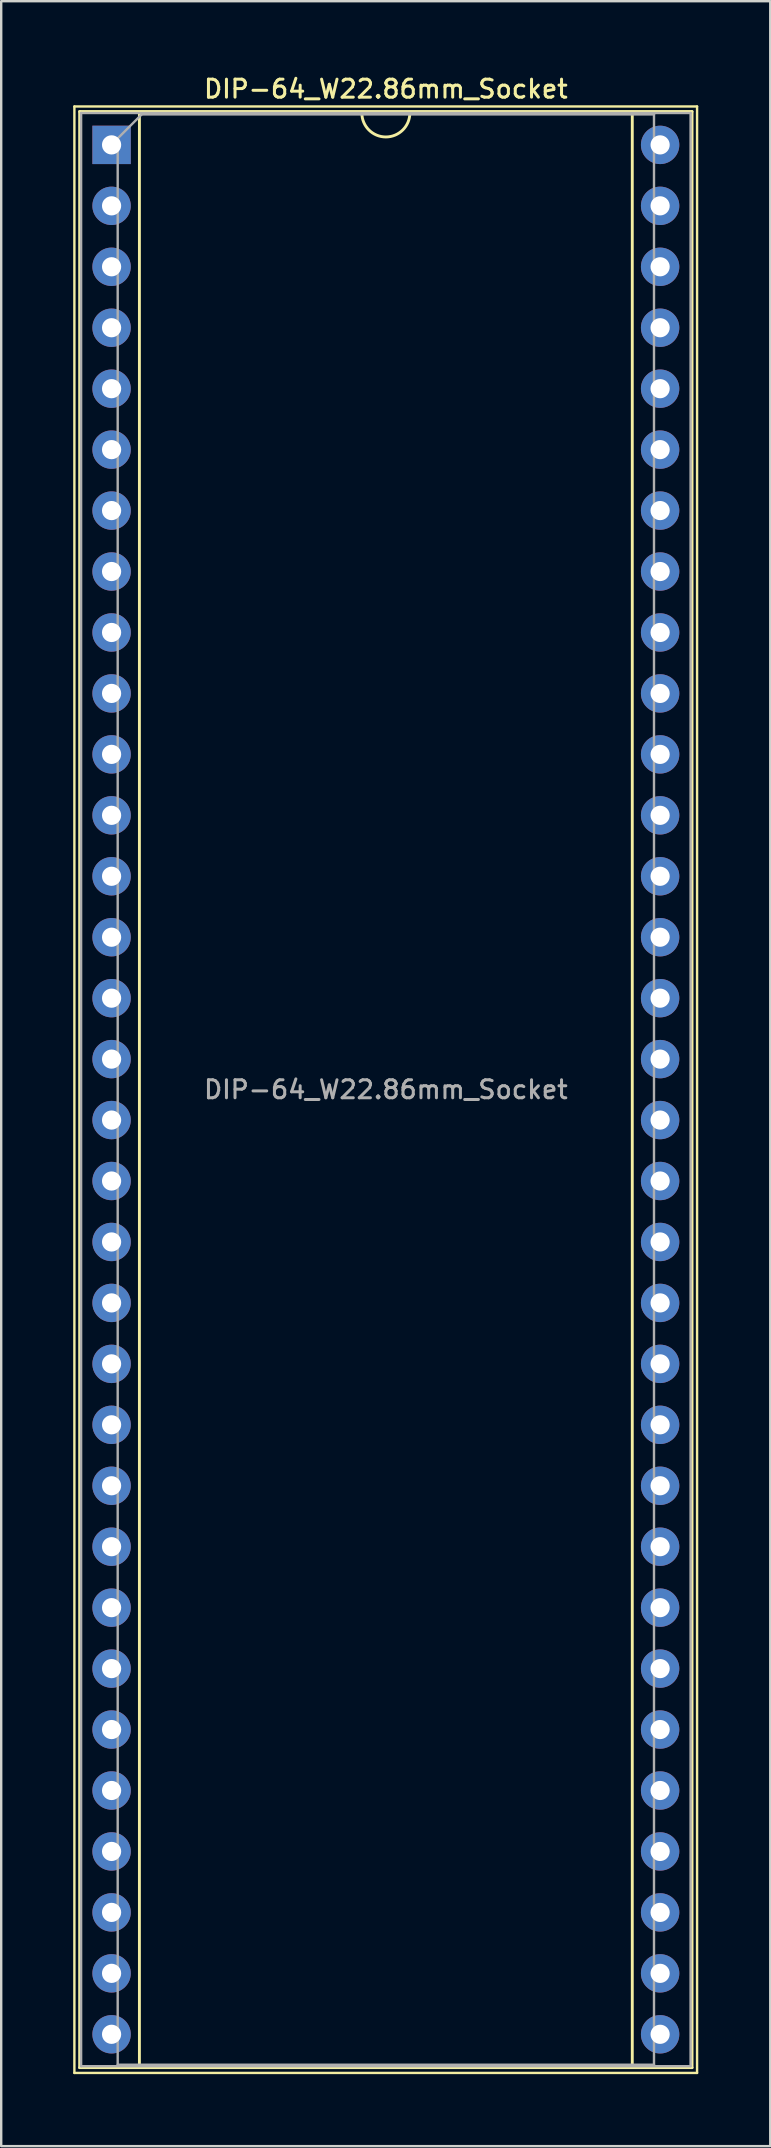
<source format=kicad_pcb>
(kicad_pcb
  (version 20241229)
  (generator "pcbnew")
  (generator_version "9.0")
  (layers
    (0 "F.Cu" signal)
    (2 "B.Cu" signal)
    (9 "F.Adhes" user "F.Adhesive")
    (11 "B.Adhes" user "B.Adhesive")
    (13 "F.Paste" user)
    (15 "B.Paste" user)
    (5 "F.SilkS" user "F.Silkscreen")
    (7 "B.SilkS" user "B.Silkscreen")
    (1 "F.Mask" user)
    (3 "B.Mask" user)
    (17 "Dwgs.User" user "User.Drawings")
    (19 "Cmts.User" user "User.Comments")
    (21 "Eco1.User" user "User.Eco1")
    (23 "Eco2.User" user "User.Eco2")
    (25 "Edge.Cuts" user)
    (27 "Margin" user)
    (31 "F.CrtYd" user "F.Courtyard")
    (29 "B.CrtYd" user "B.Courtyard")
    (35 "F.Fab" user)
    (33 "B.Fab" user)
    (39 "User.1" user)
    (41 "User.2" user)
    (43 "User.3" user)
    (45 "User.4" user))
  (footprint "DIP-64_W22.86mm_Socket"
    (layer "F.Cu")
    (at 1.6 2.988)
    (property "Reference" "DIP-64_W22.86mm_Socket" (at 11.43 -2.33 0) (layer "F.SilkS") (effects (font (size 0.75 0.75) (thickness 0.125))))
    (attr through_hole)
    (fp_line (start -1.55 -1.6) (end -1.55 80.35) (stroke (width 0.1) (type solid)) (layer "F.SilkS"))
    (fp_line (start -1.55 80.35) (end 24.4 80.35) (stroke (width 0.1) (type solid)) (layer "F.SilkS"))
    (fp_line (start -1.33 -1.39) (end -1.33 80.13) (stroke (width 0.12) (type solid)) (layer "F.SilkS"))
    (fp_line (start -1.33 80.13) (end 24.19 80.13) (stroke (width 0.12) (type solid)) (layer "F.SilkS"))
    (fp_line (start 1.16 -1.33) (end 1.16 80.07) (stroke (width 0.12) (type solid)) (layer "F.SilkS"))
    (fp_line (start 1.16 80.07) (end 21.7 80.07) (stroke (width 0.12) (type solid)) (layer "F.SilkS"))
    (fp_line (start 10.43 -1.33) (end 1.16 -1.33) (stroke (width 0.12) (type solid)) (layer "F.SilkS"))
    (fp_line (start 21.7 -1.33) (end 12.43 -1.33) (stroke (width 0.12) (type solid)) (layer "F.SilkS"))
    (fp_line (start 21.7 80.07) (end 21.7 -1.33) (stroke (width 0.12) (type solid)) (layer "F.SilkS"))
    (fp_line (start 24.19 -1.39) (end -1.33 -1.39) (stroke (width 0.12) (type solid)) (layer "F.SilkS"))
    (fp_line (start 24.19 80.13) (end 24.19 -1.39) (stroke (width 0.12) (type solid)) (layer "F.SilkS"))
    (fp_line (start 24.4 -1.6) (end -1.55 -1.6) (stroke (width 0.1) (type solid)) (layer "F.SilkS"))
    (fp_line (start 24.4 80.35) (end 24.4 -1.6) (stroke (width 0.1) (type solid)) (layer "F.SilkS"))
    (fp_arc (start 12.43 -1.33) (mid 11.43 -0.33) (end 10.43 -1.33) (stroke (width 0.12) (type solid)) (layer "F.SilkS"))
    (fp_line (start -1.27 -1.33) (end -1.27 80.07) (stroke (width 0.1) (type solid)) (layer "F.Fab"))
    (fp_line (start -1.27 80.07) (end 24.13 80.07) (stroke (width 0.1) (type solid)) (layer "F.Fab"))
    (fp_line (start 0.255 -0.27) (end 1.255 -1.27) (stroke (width 0.1) (type solid)) (layer "F.Fab"))
    (fp_line (start 0.255 80.01) (end 0.255 -0.27) (stroke (width 0.1) (type solid)) (layer "F.Fab"))
    (fp_line (start 1.255 -1.27) (end 22.605 -1.27) (stroke (width 0.1) (type solid)) (layer "F.Fab"))
    (fp_line (start 22.605 -1.27) (end 22.605 80.01) (stroke (width 0.1) (type solid)) (layer "F.Fab"))
    (fp_line (start 22.605 80.01) (end 0.255 80.01) (stroke (width 0.1) (type solid)) (layer "F.Fab"))
    (fp_line (start 24.13 -1.33) (end -1.27 -1.33) (stroke (width 0.1) (type solid)) (layer "F.Fab"))
    (fp_line (start 24.13 80.07) (end 24.13 -1.33) (stroke (width 0.1) (type solid)) (layer "F.Fab"))
    (fp_text user "${REFERENCE}" (at 11.43 39.37 0) (layer "F.Fab") (effects (font (size 0.75 0.75) (thickness 0.125))))
    (pad "1" thru_hole rect (at 0 0) (size 1.6 1.6) (drill 0.8) (layers "*.Cu" "*.Mask"))
    (pad "2" thru_hole oval (at 0 2.54) (size 1.6 1.6) (drill 0.8) (layers "*.Cu" "*.Mask"))
    (pad "3" thru_hole oval (at 0 5.08) (size 1.6 1.6) (drill 0.8) (layers "*.Cu" "*.Mask"))
    (pad "4" thru_hole oval (at 0 7.62) (size 1.6 1.6) (drill 0.8) (layers "*.Cu" "*.Mask"))
    (pad "5" thru_hole oval (at 0 10.16) (size 1.6 1.6) (drill 0.8) (layers "*.Cu" "*.Mask"))
    (pad "6" thru_hole oval (at 0 12.7) (size 1.6 1.6) (drill 0.8) (layers "*.Cu" "*.Mask"))
    (pad "7" thru_hole oval (at 0 15.24) (size 1.6 1.6) (drill 0.8) (layers "*.Cu" "*.Mask"))
    (pad "8" thru_hole oval (at 0 17.78) (size 1.6 1.6) (drill 0.8) (layers "*.Cu" "*.Mask"))
    (pad "9" thru_hole oval (at 0 20.32) (size 1.6 1.6) (drill 0.8) (layers "*.Cu" "*.Mask"))
    (pad "10" thru_hole oval (at 0 22.86) (size 1.6 1.6) (drill 0.8) (layers "*.Cu" "*.Mask"))
    (pad "11" thru_hole oval (at 0 25.4) (size 1.6 1.6) (drill 0.8) (layers "*.Cu" "*.Mask"))
    (pad "12" thru_hole oval (at 0 27.94) (size 1.6 1.6) (drill 0.8) (layers "*.Cu" "*.Mask"))
    (pad "13" thru_hole oval (at 0 30.48) (size 1.6 1.6) (drill 0.8) (layers "*.Cu" "*.Mask"))
    (pad "14" thru_hole oval (at 0 33.02) (size 1.6 1.6) (drill 0.8) (layers "*.Cu" "*.Mask"))
    (pad "15" thru_hole oval (at 0 35.56) (size 1.6 1.6) (drill 0.8) (layers "*.Cu" "*.Mask"))
    (pad "16" thru_hole oval (at 0 38.1) (size 1.6 1.6) (drill 0.8) (layers "*.Cu" "*.Mask"))
    (pad "17" thru_hole oval (at 0 40.64) (size 1.6 1.6) (drill 0.8) (layers "*.Cu" "*.Mask"))
    (pad "18" thru_hole oval (at 0 43.18) (size 1.6 1.6) (drill 0.8) (layers "*.Cu" "*.Mask"))
    (pad "19" thru_hole oval (at 0 45.72) (size 1.6 1.6) (drill 0.8) (layers "*.Cu" "*.Mask"))
    (pad "20" thru_hole oval (at 0 48.26) (size 1.6 1.6) (drill 0.8) (layers "*.Cu" "*.Mask"))
    (pad "21" thru_hole oval (at 0 50.8) (size 1.6 1.6) (drill 0.8) (layers "*.Cu" "*.Mask"))
    (pad "22" thru_hole oval (at 0 53.34) (size 1.6 1.6) (drill 0.8) (layers "*.Cu" "*.Mask"))
    (pad "23" thru_hole oval (at 0 55.88) (size 1.6 1.6) (drill 0.8) (layers "*.Cu" "*.Mask"))
    (pad "24" thru_hole oval (at 0 58.42) (size 1.6 1.6) (drill 0.8) (layers "*.Cu" "*.Mask"))
    (pad "25" thru_hole oval (at 0 60.96) (size 1.6 1.6) (drill 0.8) (layers "*.Cu" "*.Mask"))
    (pad "26" thru_hole oval (at 0 63.5) (size 1.6 1.6) (drill 0.8) (layers "*.Cu" "*.Mask"))
    (pad "27" thru_hole oval (at 0 66.04) (size 1.6 1.6) (drill 0.8) (layers "*.Cu" "*.Mask"))
    (pad "28" thru_hole oval (at 0 68.58) (size 1.6 1.6) (drill 0.8) (layers "*.Cu" "*.Mask"))
    (pad "29" thru_hole oval (at 0 71.12) (size 1.6 1.6) (drill 0.8) (layers "*.Cu" "*.Mask"))
    (pad "30" thru_hole oval (at 0 73.66) (size 1.6 1.6) (drill 0.8) (layers "*.Cu" "*.Mask"))
    (pad "31" thru_hole oval (at 0 76.2) (size 1.6 1.6) (drill 0.8) (layers "*.Cu" "*.Mask"))
    (pad "32" thru_hole oval (at 0 78.74) (size 1.6 1.6) (drill 0.8) (layers "*.Cu" "*.Mask"))
    (pad "33" thru_hole oval (at 22.86 78.74) (size 1.6 1.6) (drill 0.8) (layers "*.Cu" "*.Mask"))
    (pad "34" thru_hole oval (at 22.86 76.2) (size 1.6 1.6) (drill 0.8) (layers "*.Cu" "*.Mask"))
    (pad "35" thru_hole oval (at 22.86 73.66) (size 1.6 1.6) (drill 0.8) (layers "*.Cu" "*.Mask"))
    (pad "36" thru_hole oval (at 22.86 71.12) (size 1.6 1.6) (drill 0.8) (layers "*.Cu" "*.Mask"))
    (pad "37" thru_hole oval (at 22.86 68.58) (size 1.6 1.6) (drill 0.8) (layers "*.Cu" "*.Mask"))
    (pad "38" thru_hole oval (at 22.86 66.04) (size 1.6 1.6) (drill 0.8) (layers "*.Cu" "*.Mask"))
    (pad "39" thru_hole oval (at 22.86 63.5) (size 1.6 1.6) (drill 0.8) (layers "*.Cu" "*.Mask"))
    (pad "40" thru_hole oval (at 22.86 60.96) (size 1.6 1.6) (drill 0.8) (layers "*.Cu" "*.Mask"))
    (pad "41" thru_hole oval (at 22.86 58.42) (size 1.6 1.6) (drill 0.8) (layers "*.Cu" "*.Mask"))
    (pad "42" thru_hole oval (at 22.86 55.88) (size 1.6 1.6) (drill 0.8) (layers "*.Cu" "*.Mask"))
    (pad "43" thru_hole oval (at 22.86 53.34) (size 1.6 1.6) (drill 0.8) (layers "*.Cu" "*.Mask"))
    (pad "44" thru_hole oval (at 22.86 50.8) (size 1.6 1.6) (drill 0.8) (layers "*.Cu" "*.Mask"))
    (pad "45" thru_hole oval (at 22.86 48.26) (size 1.6 1.6) (drill 0.8) (layers "*.Cu" "*.Mask"))
    (pad "46" thru_hole oval (at 22.86 45.72) (size 1.6 1.6) (drill 0.8) (layers "*.Cu" "*.Mask"))
    (pad "47" thru_hole oval (at 22.86 43.18) (size 1.6 1.6) (drill 0.8) (layers "*.Cu" "*.Mask"))
    (pad "48" thru_hole oval (at 22.86 40.64) (size 1.6 1.6) (drill 0.8) (layers "*.Cu" "*.Mask"))
    (pad "49" thru_hole oval (at 22.86 38.1) (size 1.6 1.6) (drill 0.8) (layers "*.Cu" "*.Mask"))
    (pad "50" thru_hole oval (at 22.86 35.56) (size 1.6 1.6) (drill 0.8) (layers "*.Cu" "*.Mask"))
    (pad "51" thru_hole oval (at 22.86 33.02) (size 1.6 1.6) (drill 0.8) (layers "*.Cu" "*.Mask"))
    (pad "52" thru_hole oval (at 22.86 30.48) (size 1.6 1.6) (drill 0.8) (layers "*.Cu" "*.Mask"))
    (pad "53" thru_hole oval (at 22.86 27.94) (size 1.6 1.6) (drill 0.8) (layers "*.Cu" "*.Mask"))
    (pad "54" thru_hole oval (at 22.86 25.4) (size 1.6 1.6) (drill 0.8) (layers "*.Cu" "*.Mask"))
    (pad "55" thru_hole oval (at 22.86 22.86) (size 1.6 1.6) (drill 0.8) (layers "*.Cu" "*.Mask"))
    (pad "56" thru_hole oval (at 22.86 20.32) (size 1.6 1.6) (drill 0.8) (layers "*.Cu" "*.Mask"))
    (pad "57" thru_hole oval (at 22.86 17.78) (size 1.6 1.6) (drill 0.8) (layers "*.Cu" "*.Mask"))
    (pad "58" thru_hole oval (at 22.86 15.24) (size 1.6 1.6) (drill 0.8) (layers "*.Cu" "*.Mask"))
    (pad "59" thru_hole oval (at 22.86 12.7) (size 1.6 1.6) (drill 0.8) (layers "*.Cu" "*.Mask"))
    (pad "60" thru_hole oval (at 22.86 10.16) (size 1.6 1.6) (drill 0.8) (layers "*.Cu" "*.Mask"))
    (pad "61" thru_hole oval (at 22.86 7.62) (size 1.6 1.6) (drill 0.8) (layers "*.Cu" "*.Mask"))
    (pad "62" thru_hole oval (at 22.86 5.08) (size 1.6 1.6) (drill 0.8) (layers "*.Cu" "*.Mask"))
    (pad "63" thru_hole oval (at 22.86 2.54) (size 1.6 1.6) (drill 0.8) (layers "*.Cu" "*.Mask"))
    (pad "64" thru_hole oval (at 22.86 0) (size 1.6 1.6) (drill 0.8) (layers "*.Cu" "*.Mask")))
  (gr_rect
    (start -3 -3)
    (end 29.05 86.388)
    (stroke (width 0.1) (type default))
    (fill no)
    (layer "Edge.Cuts")))
</source>
